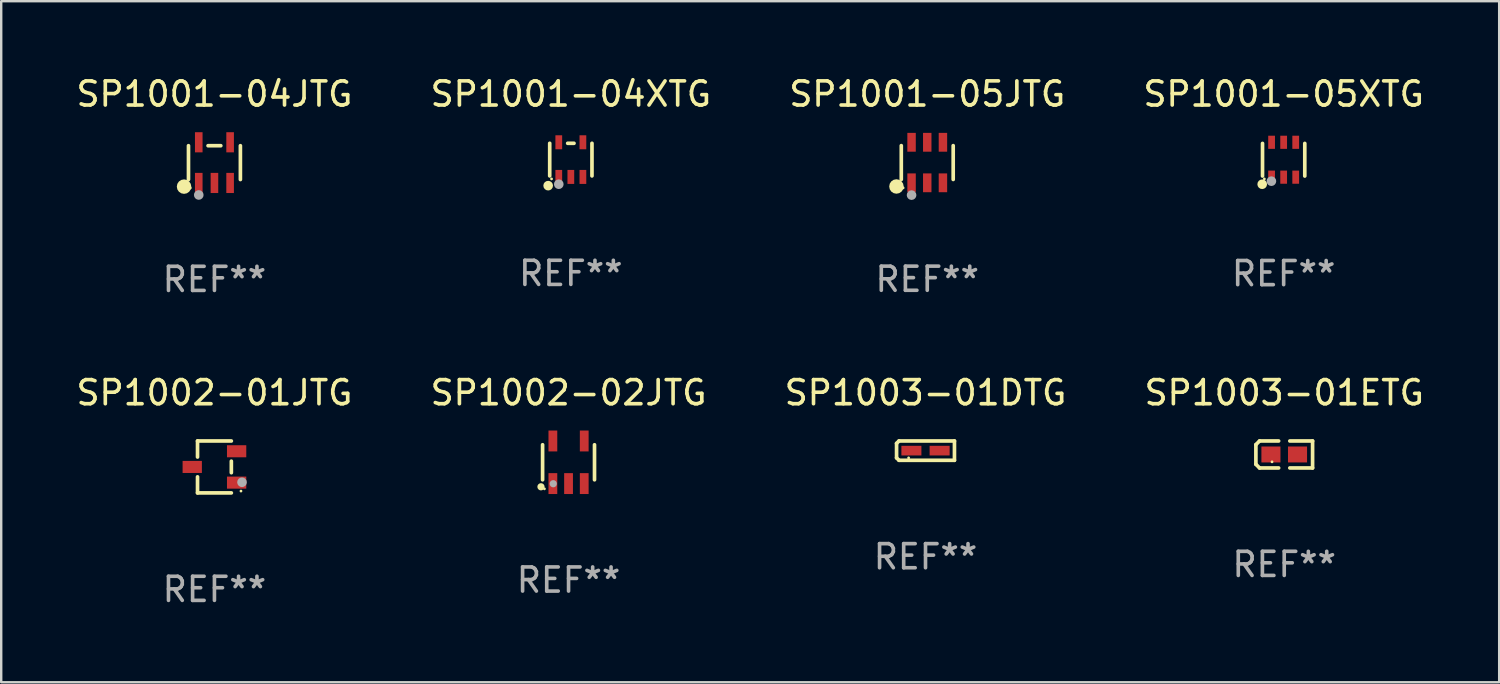
<source format=kicad_pcb>
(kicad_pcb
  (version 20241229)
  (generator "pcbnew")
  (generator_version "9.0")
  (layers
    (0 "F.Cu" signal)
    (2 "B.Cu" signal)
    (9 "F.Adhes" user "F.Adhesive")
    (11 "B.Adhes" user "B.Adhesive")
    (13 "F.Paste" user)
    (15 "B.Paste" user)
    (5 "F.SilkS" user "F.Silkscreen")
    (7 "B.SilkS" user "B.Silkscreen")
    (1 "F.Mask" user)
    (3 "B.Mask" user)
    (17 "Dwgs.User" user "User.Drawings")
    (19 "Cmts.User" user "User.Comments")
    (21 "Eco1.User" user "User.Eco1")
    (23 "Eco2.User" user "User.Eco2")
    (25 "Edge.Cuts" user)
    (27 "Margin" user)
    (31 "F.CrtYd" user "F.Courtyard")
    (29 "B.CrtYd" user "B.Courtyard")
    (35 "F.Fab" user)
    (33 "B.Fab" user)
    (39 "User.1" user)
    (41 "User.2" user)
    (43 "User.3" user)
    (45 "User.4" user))
  (footprint "SP1001-05XTG"
    (layer "F.Cu")
    (at 50.161 3.571)
    (property "Reference" "SP1001-05XTG" (at 0 -2.723 0) (layer "F.SilkS") (effects (font (size 1 1) (thickness 0.15))))
    (attr through_hole)
    (fp_line (start -0.876 0.676) (end -0.876 -0.676) (stroke (width 0.152) (type solid)) (layer "F.SilkS"))
    (fp_line (start 0.876 0.676) (end 0.876 -0.676) (stroke (width 0.152) (type solid)) (layer "F.SilkS"))
    (fp_circle (center -0.889 1.016) (end -0.789 1.016) (stroke (width 0.2) (type solid)) (fill no) (layer "F.SilkS"))
    (fp_circle (center -0.8 0.795) (end -0.77 0.795) (stroke (width 0.06) (type solid)) (fill no) (layer "F.SilkS"))
    (fp_circle (center -0.508 0.889) (end -0.408 0.889) (stroke (width 0.2) (type solid)) (fill no) (layer "F.Fab"))
    (fp_text user "REF**" (at 0 4.723 0) (layer "F.Fab") (effects (font (size 1 1) (thickness 0.15))))
    (pad "1" smd rect (at -0.5 0.723) (size 0.28 0.545) (layers "F.Cu" "F.Mask" "F.Paste"))
    (pad "2" smd rect (at 0 0.723) (size 0.28 0.545) (layers "F.Cu" "F.Mask" "F.Paste"))
    (pad "3" smd rect (at 0.5 0.723) (size 0.28 0.545) (layers "F.Cu" "F.Mask" "F.Paste"))
    (pad "4" smd rect (at 0.5 -0.723) (size 0.28 0.545) (layers "F.Cu" "F.Mask" "F.Paste"))
    (pad "5" smd rect (at 0 -0.723) (size 0.28 0.545) (layers "F.Cu" "F.Mask" "F.Paste"))
    (pad "6" smd rect (at -0.5 -0.723) (size 0.28 0.545) (layers "F.Cu" "F.Mask" "F.Paste")))
  (footprint "SP1002-01JTG"
    (layer "F.Cu")
    (at 5.839 16.306)
    (property "Reference" "SP1002-01JTG" (at 0 -3.076 0) (layer "F.SilkS") (effects (font (size 1 1) (thickness 0.15))))
    (attr through_hole)
    (fp_line (start -0.701 -1.076) (end -0.701 -0.411) (stroke (width 0.152) (type solid)) (layer "F.SilkS"))
    (fp_line (start -0.701 1.076) (end -0.701 0.411) (stroke (width 0.152) (type solid)) (layer "F.SilkS"))
    (fp_line (start 0.701 -1.076) (end -0.701 -1.076) (stroke (width 0.152) (type solid)) (layer "F.SilkS"))
    (fp_line (start 0.701 -0.239) (end 0.701 0.239) (stroke (width 0.152) (type solid)) (layer "F.SilkS"))
    (fp_line (start 0.701 1.076) (end -0.701 1.076) (stroke (width 0.152) (type solid)) (layer "F.SilkS"))
    (fp_circle (center 1.1 1) (end 1.13 1) (stroke (width 0.06) (type solid)) (fill no) (layer "F.SilkS"))
    (fp_circle (center 1.143 0.635) (end 1.243 0.635) (stroke (width 0.2) (type solid)) (fill no) (layer "F.Fab"))
    (fp_text user "REF**" (at 0 5.076 0) (layer "F.Fab") (effects (font (size 1 1) (thickness 0.15))))
    (pad "1" smd rect (at 0.92 0.65) (size 0.8 0.5) (layers "F.Cu" "F.Mask" "F.Paste"))
    (pad "2" smd rect (at 0.92 -0.65) (size 0.8 0.5) (layers "F.Cu" "F.Mask" "F.Paste"))
    (pad "3" smd rect (at -0.92 0) (size 0.8 0.5) (layers "F.Cu" "F.Mask" "F.Paste")))
  (footprint "SP1001-04XTG"
    (layer "F.Cu")
    (at 20.613 3.566)
    (property "Reference" "SP1001-04XTG" (at 0 -2.718 0) (layer "F.SilkS") (effects (font (size 1 1) (thickness 0.15))))
    (attr through_hole)
    (fp_line (start -0.876 0.676) (end -0.876 -0.676) (stroke (width 0.152) (type solid)) (layer "F.SilkS"))
    (fp_line (start 0.131 -0.676) (end -0.131 -0.676) (stroke (width 0.152) (type solid)) (layer "F.SilkS"))
    (fp_line (start 0.876 0.676) (end 0.876 -0.676) (stroke (width 0.152) (type solid)) (layer "F.SilkS"))
    (fp_circle (center -0.94 1.08) (end -0.84 1.08) (stroke (width 0.2) (type solid)) (fill no) (layer "F.SilkS"))
    (fp_circle (center -0.8 0.8) (end -0.77 0.8) (stroke (width 0.06) (type solid)) (fill no) (layer "F.SilkS"))
    (fp_circle (center -0.5 1.02) (end -0.4 1.02) (stroke (width 0.2) (type solid)) (fill no) (layer "F.Fab"))
    (fp_text user "REF**" (at 0 4.718 0) (layer "F.Fab") (effects (font (size 1 1) (thickness 0.15))))
    (pad "1" smd rect (at -0.5 0.718) (size 0.28 0.58) (layers "F.Cu" "F.Mask" "F.Paste"))
    (pad "2" smd rect (at -0.000102 0.718) (size 0.28 0.58) (layers "F.Cu" "F.Mask" "F.Paste"))
    (pad "3" smd rect (at 0.5 0.718) (size 0.28 0.58) (layers "F.Cu" "F.Mask" "F.Paste"))
    (pad "4" smd rect (at 0.5 -0.718) (size 0.28 0.58) (layers "F.Cu" "F.Mask" "F.Paste"))
    (pad "5" smd rect (at -0.5 -0.718) (size 0.28 0.58) (layers "F.Cu" "F.Mask" "F.Paste")))
  (footprint "SP1003-01ETG"
    (layer "F.Cu")
    (at 50.185 15.789)
    (property "Reference" "SP1003-01ETG" (at 0 -2.559 0) (layer "F.SilkS") (effects (font (size 1 1) (thickness 0.15))))
    (attr through_hole)
    (fp_line (start -1.175 -0.407) (end -1.023 -0.559) (stroke (width 0.152) (type solid)) (layer "F.SilkS"))
    (fp_line (start -1.175 0.407) (end -1.175 -0.407) (stroke (width 0.152) (type solid)) (layer "F.SilkS"))
    (fp_line (start -1.023 -0.559) (end -0.232 -0.559) (stroke (width 0.152) (type solid)) (layer "F.SilkS"))
    (fp_line (start -1.023 0.559) (end -1.175 0.407) (stroke (width 0.152) (type solid)) (layer "F.SilkS"))
    (fp_line (start -0.232 0.559) (end -1.023 0.559) (stroke (width 0.152) (type solid)) (layer "F.SilkS"))
    (fp_line (start 0.232 0.559) (end 1.175 0.559) (stroke (width 0.152) (type solid)) (layer "F.SilkS"))
    (fp_line (start 1.175 -0.559) (end 0.232 -0.559) (stroke (width 0.152) (type solid)) (layer "F.SilkS"))
    (fp_line (start 1.175 0.559) (end 1.175 -0.559) (stroke (width 0.152) (type solid)) (layer "F.SilkS"))
    (fp_circle (center -0.506 0.306) (end -0.476 0.306) (stroke (width 0.06) (type solid)) (fill no) (layer "F.SilkS"))
    (fp_text user "REF**" (at 0 4.559 0) (layer "F.Fab") (effects (font (size 1 1) (thickness 0.15))))
    (pad "1" smd rect (at -0.551 0) (size 0.79 0.661) (layers "F.Cu" "F.Mask" "F.Paste"))
    (pad "2" smd rect (at 0.551 0) (size 0.79 0.661) (layers "F.Cu" "F.Mask" "F.Paste")))
  (footprint "SP1001-05JTG"
    (layer "F.Cu")
    (at 35.387 3.688)
    (property "Reference" "SP1001-05JTG" (at 0 -2.84 0) (layer "F.SilkS") (effects (font (size 1 1) (thickness 0.15))))
    (attr through_hole)
    (fp_line (start -1.076 0.701) (end -1.076 -0.701) (stroke (width 0.152) (type solid)) (layer "F.SilkS"))
    (fp_line (start 1.076 0.701) (end 1.076 -0.701) (stroke (width 0.152) (type solid)) (layer "F.SilkS"))
    (fp_circle (center -1.277 0.992) (end -1.127 0.992) (stroke (width 0.3) (type solid)) (fill no) (layer "F.SilkS"))
    (fp_circle (center -1 1.05) (end -0.97 1.05) (stroke (width 0.06) (type solid)) (fill no) (layer "F.SilkS"))
    (fp_circle (center -0.65 1.35) (end -0.55 1.35) (stroke (width 0.2) (type solid)) (fill no) (layer "F.Fab"))
    (fp_text user "REF**" (at 0 4.84 0) (layer "F.Fab") (effects (font (size 1 1) (thickness 0.15))))
    (pad "1" smd rect (at -0.65 0.84) (size 0.35 0.78) (layers "F.Cu" "F.Mask" "F.Paste"))
    (pad "2" smd rect (at 0 0.84) (size 0.35 0.78) (layers "F.Cu" "F.Mask" "F.Paste"))
    (pad "3" smd rect (at 0.65 0.84) (size 0.35 0.78) (layers "F.Cu" "F.Mask" "F.Paste"))
    (pad "4" smd rect (at 0.65 -0.84) (size 0.35 0.78) (layers "F.Cu" "F.Mask" "F.Paste"))
    (pad "5" smd rect (at 0 -0.84) (size 0.35 0.78) (layers "F.Cu" "F.Mask" "F.Paste"))
    (pad "6" smd rect (at -0.65 -0.84) (size 0.35 0.78) (layers "F.Cu" "F.Mask" "F.Paste")))
  (footprint "SP1001-04JTG"
    (layer "F.Cu")
    (at 5.839 3.691)
    (property "Reference" "SP1001-04JTG" (at 0 -2.843 0) (layer "F.SilkS") (effects (font (size 1 1) (thickness 0.15))))
    (attr through_hole)
    (fp_line (start -1.076 0.701) (end -1.076 -0.701) (stroke (width 0.152) (type solid)) (layer "F.SilkS"))
    (fp_line (start 0.264 -0.701) (end -0.264 -0.701) (stroke (width 0.152) (type solid)) (layer "F.SilkS"))
    (fp_line (start 1.076 0.701) (end 1.076 -0.701) (stroke (width 0.152) (type solid)) (layer "F.SilkS"))
    (fp_circle (center -1.26 0.995) (end -1.11 0.995) (stroke (width 0.3) (type solid)) (fill no) (layer "F.SilkS"))
    (fp_circle (center -1 1.05) (end -0.97 1.05) (stroke (width 0.06) (type solid)) (fill no) (layer "F.SilkS"))
    (fp_circle (center -0.65 1.341) (end -0.55 1.341) (stroke (width 0.2) (type solid)) (fill no) (layer "F.Fab"))
    (fp_text user "REF**" (at 0 4.843 0) (layer "F.Fab") (effects (font (size 1 1) (thickness 0.15))))
    (pad "1" smd rect (at -0.65 0.843) (size 0.315 0.835) (layers "F.Cu" "F.Mask" "F.Paste"))
    (pad "2" smd rect (at 0.00014 0.843) (size 0.315 0.835) (layers "F.Cu" "F.Mask" "F.Paste"))
    (pad "3" smd rect (at 0.65 0.843) (size 0.315 0.835) (layers "F.Cu" "F.Mask" "F.Paste"))
    (pad "4" smd rect (at 0.65 -0.843) (size 0.315 0.835) (layers "F.Cu" "F.Mask" "F.Paste"))
    (pad "5" smd rect (at -0.65 -0.843) (size 0.315 0.835) (layers "F.Cu" "F.Mask" "F.Paste")))
  (footprint "SP1002-02JTG"
    (layer "F.Cu")
    (at 20.518 16.113)
    (property "Reference" "SP1002-02JTG" (at 0 -2.883 0) (layer "F.SilkS") (effects (font (size 1 1) (thickness 0.15))))
    (attr through_hole)
    (fp_line (start -1.076 0.726) (end -1.076 -0.726) (stroke (width 0.152) (type solid)) (layer "F.SilkS"))
    (fp_line (start 1.076 0.726) (end 1.076 -0.726) (stroke (width 0.152) (type solid)) (layer "F.SilkS"))
    (fp_circle (center -1.143 1.016) (end -1.068 1.016) (stroke (width 0.15) (type solid)) (fill no) (layer "F.SilkS"))
    (fp_circle (center -1 1.1) (end -0.97 1.1) (stroke (width 0.06) (type solid)) (fill no) (layer "F.SilkS"))
    (fp_circle (center -0.635 0.889) (end -0.56 0.889) (stroke (width 0.15) (type solid)) (fill no) (layer "F.Fab"))
    (fp_text user "REF**" (at 0 4.883 0) (layer "F.Fab") (effects (font (size 1 1) (thickness 0.15))))
    (pad "1" smd rect (at -0.65 0.883) (size 0.364 0.866) (layers "F.Cu" "F.Mask" "F.Paste"))
    (pad "2" smd rect (at 0 0.883) (size 0.364 0.866) (layers "F.Cu" "F.Mask" "F.Paste"))
    (pad "3" smd rect (at 0.65 0.883) (size 0.364 0.866) (layers "F.Cu" "F.Mask" "F.Paste"))
    (pad "4" smd rect (at 0.65 -0.883) (size 0.364 0.866) (layers "F.Cu" "F.Mask" "F.Paste"))
    (pad "5" smd rect (at -0.65 -0.883) (size 0.364 0.866) (layers "F.Cu" "F.Mask" "F.Paste")))
  (footprint "SP1003-01DTG"
    (layer "F.Cu")
    (at 35.315 15.63)
    (property "Reference" "SP1003-01DTG" (at 0 -2.4 0) (layer "F.SilkS") (effects (font (size 1 1) (thickness 0.15))))
    (attr through_hole)
    (fp_line (start -1.2 -0.3) (end -1.1 -0.4) (stroke (width 0.152) (type solid)) (layer "F.SilkS"))
    (fp_line (start -1.2 0.3) (end -1.2 -0.3) (stroke (width 0.152) (type solid)) (layer "F.SilkS"))
    (fp_line (start -1.1 -0.4) (end 1.2 -0.4) (stroke (width 0.152) (type solid)) (layer "F.SilkS"))
    (fp_line (start -1.1 0.4) (end -1.2 0.3) (stroke (width 0.152) (type solid)) (layer "F.SilkS"))
    (fp_line (start 1.2 -0.4) (end 1.2 0.4) (stroke (width 0.152) (type solid)) (layer "F.SilkS"))
    (fp_line (start 1.2 0.4) (end -1.1 0.4) (stroke (width 0.152) (type solid)) (layer "F.SilkS"))
    (fp_circle (center -0.7 0.3) (end -0.67 0.3) (stroke (width 0.06) (type solid)) (fill no) (layer "F.SilkS"))
    (fp_text user "REF**" (at 0 4.4 0) (layer "F.Fab") (effects (font (size 1 1) (thickness 0.15))))
    (pad "1" smd rect (at -0.585 0 180) (size 0.83 0.4) (layers "F.Cu" "F.Mask" "F.Paste"))
    (pad "2" smd rect (at 0.585 0 180) (size 0.83 0.4) (layers "F.Cu" "F.Mask" "F.Paste")))
  (gr_rect
    (start -3 -3)
    (end 59.095 25.231)
    (stroke (width 0.1) (type default))
    (fill no)
    (layer "Edge.Cuts")))
</source>
